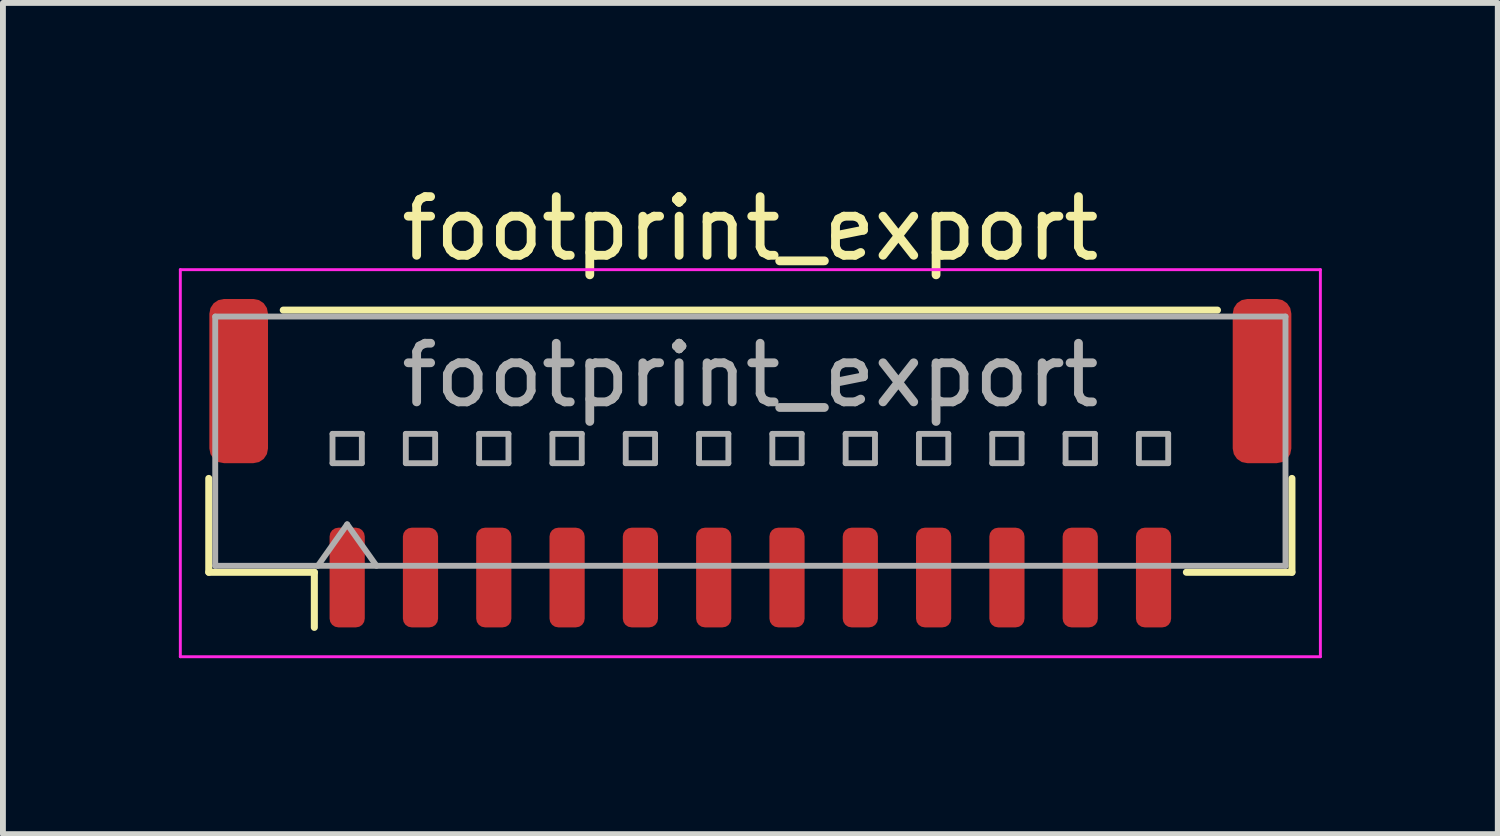
<source format=kicad_pcb>
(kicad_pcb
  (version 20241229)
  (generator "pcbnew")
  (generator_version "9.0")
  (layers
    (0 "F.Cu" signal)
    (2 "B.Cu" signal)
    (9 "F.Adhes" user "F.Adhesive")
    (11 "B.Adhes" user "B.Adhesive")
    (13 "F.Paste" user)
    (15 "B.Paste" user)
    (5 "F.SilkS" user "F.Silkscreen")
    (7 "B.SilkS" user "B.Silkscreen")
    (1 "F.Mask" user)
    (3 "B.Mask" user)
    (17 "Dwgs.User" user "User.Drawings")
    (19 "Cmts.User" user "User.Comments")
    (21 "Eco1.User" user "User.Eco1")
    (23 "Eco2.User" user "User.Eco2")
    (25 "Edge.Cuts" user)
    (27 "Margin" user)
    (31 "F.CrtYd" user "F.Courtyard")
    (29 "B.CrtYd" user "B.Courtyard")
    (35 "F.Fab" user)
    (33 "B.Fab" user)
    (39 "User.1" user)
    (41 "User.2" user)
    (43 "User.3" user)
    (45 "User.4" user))
  (footprint "footprint_export"
    (layer "F.Cu")
    (at 9.745 4.848)
    (property "Reference" "footprint_export" (at 0 -4 0) (layer "F.SilkS") (effects (font (size 1 1) (thickness 0.15))))
    (attr smd)
    (fp_line (start -9.235 0.26) (end -9.235 1.86) (stroke (width 0.12) (type solid)) (layer "F.SilkS"))
    (fp_line (start -9.235 1.86) (end -7.435 1.86) (stroke (width 0.12) (type solid)) (layer "F.SilkS"))
    (fp_line (start -7.965 -2.61) (end 7.965 -2.61) (stroke (width 0.12) (type solid)) (layer "F.SilkS"))
    (fp_line (start -7.435 1.86) (end -7.435 2.8) (stroke (width 0.12) (type solid)) (layer "F.SilkS"))
    (fp_line (start 9.235 0.26) (end 9.235 1.86) (stroke (width 0.12) (type solid)) (layer "F.SilkS"))
    (fp_line (start 9.235 1.86) (end 7.435 1.86) (stroke (width 0.12) (type solid)) (layer "F.SilkS"))
    (fp_line (start -9.72 -3.3) (end -9.72 3.3) (stroke (width 0.05) (type solid)) (layer "F.CrtYd"))
    (fp_line (start -9.72 3.3) (end 9.72 3.3) (stroke (width 0.05) (type solid)) (layer "F.CrtYd"))
    (fp_line (start 9.72 -3.3) (end -9.72 -3.3) (stroke (width 0.05) (type solid)) (layer "F.CrtYd"))
    (fp_line (start 9.72 3.3) (end 9.72 -3.3) (stroke (width 0.05) (type solid)) (layer "F.CrtYd"))
    (fp_line (start -9.125 -2.5) (end 9.125 -2.5) (stroke (width 0.1) (type solid)) (layer "F.Fab"))
    (fp_line (start -9.125 1.75) (end -9.125 -2.5) (stroke (width 0.1) (type solid)) (layer "F.Fab"))
    (fp_line (start -9.125 1.75) (end 9.125 1.75) (stroke (width 0.1) (type solid)) (layer "F.Fab"))
    (fp_line (start -7.375 1.75) (end -6.875 1.043) (stroke (width 0.1) (type solid)) (layer "F.Fab"))
    (fp_line (start -7.125 -0.5) (end -7.125 0) (stroke (width 0.1) (type solid)) (layer "F.Fab"))
    (fp_line (start -7.125 0) (end -6.625 0) (stroke (width 0.1) (type solid)) (layer "F.Fab"))
    (fp_line (start -6.875 1.043) (end -6.375 1.75) (stroke (width 0.1) (type solid)) (layer "F.Fab"))
    (fp_line (start -6.625 -0.5) (end -7.125 -0.5) (stroke (width 0.1) (type solid)) (layer "F.Fab"))
    (fp_line (start -6.625 0) (end -6.625 -0.5) (stroke (width 0.1) (type solid)) (layer "F.Fab"))
    (fp_line (start -5.875 -0.5) (end -5.875 0) (stroke (width 0.1) (type solid)) (layer "F.Fab"))
    (fp_line (start -5.875 0) (end -5.375 0) (stroke (width 0.1) (type solid)) (layer "F.Fab"))
    (fp_line (start -5.375 -0.5) (end -5.875 -0.5) (stroke (width 0.1) (type solid)) (layer "F.Fab"))
    (fp_line (start -5.375 0) (end -5.375 -0.5) (stroke (width 0.1) (type solid)) (layer "F.Fab"))
    (fp_line (start -4.625 -0.5) (end -4.625 0) (stroke (width 0.1) (type solid)) (layer "F.Fab"))
    (fp_line (start -4.625 0) (end -4.125 0) (stroke (width 0.1) (type solid)) (layer "F.Fab"))
    (fp_line (start -4.125 -0.5) (end -4.625 -0.5) (stroke (width 0.1) (type solid)) (layer "F.Fab"))
    (fp_line (start -4.125 0) (end -4.125 -0.5) (stroke (width 0.1) (type solid)) (layer "F.Fab"))
    (fp_line (start -3.375 -0.5) (end -3.375 0) (stroke (width 0.1) (type solid)) (layer "F.Fab"))
    (fp_line (start -3.375 0) (end -2.875 0) (stroke (width 0.1) (type solid)) (layer "F.Fab"))
    (fp_line (start -2.875 -0.5) (end -3.375 -0.5) (stroke (width 0.1) (type solid)) (layer "F.Fab"))
    (fp_line (start -2.875 0) (end -2.875 -0.5) (stroke (width 0.1) (type solid)) (layer "F.Fab"))
    (fp_line (start -2.125 -0.5) (end -2.125 0) (stroke (width 0.1) (type solid)) (layer "F.Fab"))
    (fp_line (start -2.125 0) (end -1.625 0) (stroke (width 0.1) (type solid)) (layer "F.Fab"))
    (fp_line (start -1.625 -0.5) (end -2.125 -0.5) (stroke (width 0.1) (type solid)) (layer "F.Fab"))
    (fp_line (start -1.625 0) (end -1.625 -0.5) (stroke (width 0.1) (type solid)) (layer "F.Fab"))
    (fp_line (start -0.875 -0.5) (end -0.875 0) (stroke (width 0.1) (type solid)) (layer "F.Fab"))
    (fp_line (start -0.875 0) (end -0.375 0) (stroke (width 0.1) (type solid)) (layer "F.Fab"))
    (fp_line (start -0.375 -0.5) (end -0.875 -0.5) (stroke (width 0.1) (type solid)) (layer "F.Fab"))
    (fp_line (start -0.375 0) (end -0.375 -0.5) (stroke (width 0.1) (type solid)) (layer "F.Fab"))
    (fp_line (start 0.375 -0.5) (end 0.375 0) (stroke (width 0.1) (type solid)) (layer "F.Fab"))
    (fp_line (start 0.375 0) (end 0.875 0) (stroke (width 0.1) (type solid)) (layer "F.Fab"))
    (fp_line (start 0.875 -0.5) (end 0.375 -0.5) (stroke (width 0.1) (type solid)) (layer "F.Fab"))
    (fp_line (start 0.875 0) (end 0.875 -0.5) (stroke (width 0.1) (type solid)) (layer "F.Fab"))
    (fp_line (start 1.625 -0.5) (end 1.625 0) (stroke (width 0.1) (type solid)) (layer "F.Fab"))
    (fp_line (start 1.625 0) (end 2.125 0) (stroke (width 0.1) (type solid)) (layer "F.Fab"))
    (fp_line (start 2.125 -0.5) (end 1.625 -0.5) (stroke (width 0.1) (type solid)) (layer "F.Fab"))
    (fp_line (start 2.125 0) (end 2.125 -0.5) (stroke (width 0.1) (type solid)) (layer "F.Fab"))
    (fp_line (start 2.875 -0.5) (end 2.875 0) (stroke (width 0.1) (type solid)) (layer "F.Fab"))
    (fp_line (start 2.875 0) (end 3.375 0) (stroke (width 0.1) (type solid)) (layer "F.Fab"))
    (fp_line (start 3.375 -0.5) (end 2.875 -0.5) (stroke (width 0.1) (type solid)) (layer "F.Fab"))
    (fp_line (start 3.375 0) (end 3.375 -0.5) (stroke (width 0.1) (type solid)) (layer "F.Fab"))
    (fp_line (start 4.125 -0.5) (end 4.125 0) (stroke (width 0.1) (type solid)) (layer "F.Fab"))
    (fp_line (start 4.125 0) (end 4.625 0) (stroke (width 0.1) (type solid)) (layer "F.Fab"))
    (fp_line (start 4.625 -0.5) (end 4.125 -0.5) (stroke (width 0.1) (type solid)) (layer "F.Fab"))
    (fp_line (start 4.625 0) (end 4.625 -0.5) (stroke (width 0.1) (type solid)) (layer "F.Fab"))
    (fp_line (start 5.375 -0.5) (end 5.375 0) (stroke (width 0.1) (type solid)) (layer "F.Fab"))
    (fp_line (start 5.375 0) (end 5.875 0) (stroke (width 0.1) (type solid)) (layer "F.Fab"))
    (fp_line (start 5.875 -0.5) (end 5.375 -0.5) (stroke (width 0.1) (type solid)) (layer "F.Fab"))
    (fp_line (start 5.875 0) (end 5.875 -0.5) (stroke (width 0.1) (type solid)) (layer "F.Fab"))
    (fp_line (start 6.625 -0.5) (end 6.625 0) (stroke (width 0.1) (type solid)) (layer "F.Fab"))
    (fp_line (start 6.625 0) (end 7.125 0) (stroke (width 0.1) (type solid)) (layer "F.Fab"))
    (fp_line (start 7.125 -0.5) (end 6.625 -0.5) (stroke (width 0.1) (type solid)) (layer "F.Fab"))
    (fp_line (start 7.125 0) (end 7.125 -0.5) (stroke (width 0.1) (type solid)) (layer "F.Fab"))
    (fp_line (start 9.125 1.75) (end 9.125 -2.5) (stroke (width 0.1) (type solid)) (layer "F.Fab"))
    (fp_text user "${REFERENCE}" (at 0 -1.5 0) (layer "F.Fab") (effects (font (size 1 1) (thickness 0.15))))
    (pad "1" smd roundrect (at -6.875 1.95) (size 0.6 1.7) (layers "F.Cu" "F.Mask" "F.Paste") (roundrect_rratio 0.25))
    (pad "2" smd roundrect (at -5.625 1.95) (size 0.6 1.7) (layers "F.Cu" "F.Mask" "F.Paste") (roundrect_rratio 0.25))
    (pad "3" smd roundrect (at -4.375 1.95) (size 0.6 1.7) (layers "F.Cu" "F.Mask" "F.Paste") (roundrect_rratio 0.25))
    (pad "4" smd roundrect (at -3.125 1.95) (size 0.6 1.7) (layers "F.Cu" "F.Mask" "F.Paste") (roundrect_rratio 0.25))
    (pad "5" smd roundrect (at -1.875 1.95) (size 0.6 1.7) (layers "F.Cu" "F.Mask" "F.Paste") (roundrect_rratio 0.25))
    (pad "6" smd roundrect (at -0.625 1.95) (size 0.6 1.7) (layers "F.Cu" "F.Mask" "F.Paste") (roundrect_rratio 0.25))
    (pad "7" smd roundrect (at 0.625 1.95) (size 0.6 1.7) (layers "F.Cu" "F.Mask" "F.Paste") (roundrect_rratio 0.25))
    (pad "8" smd roundrect (at 1.875 1.95) (size 0.6 1.7) (layers "F.Cu" "F.Mask" "F.Paste") (roundrect_rratio 0.25))
    (pad "9" smd roundrect (at 3.125 1.95) (size 0.6 1.7) (layers "F.Cu" "F.Mask" "F.Paste") (roundrect_rratio 0.25))
    (pad "10" smd roundrect (at 4.375 1.95) (size 0.6 1.7) (layers "F.Cu" "F.Mask" "F.Paste") (roundrect_rratio 0.25))
    (pad "11" smd roundrect (at 5.625 1.95) (size 0.6 1.7) (layers "F.Cu" "F.Mask" "F.Paste") (roundrect_rratio 0.25))
    (pad "12" smd roundrect (at 6.875 1.95) (size 0.6 1.7) (layers "F.Cu" "F.Mask" "F.Paste") (roundrect_rratio 0.25))
    (pad "MP" smd roundrect (at -8.725 -1.4) (size 1 2.8) (layers "F.Cu" "F.Mask" "F.Paste") (roundrect_rratio 0.25))
    (pad "MP" smd roundrect (at 8.725 -1.4) (size 1 2.8) (layers "F.Cu" "F.Mask" "F.Paste") (roundrect_rratio 0.25)))
  (gr_rect
    (start -3 -3)
    (end 22.49 11.173)
    (stroke (width 0.1) (type default))
    (fill no)
    (layer "Edge.Cuts")))
</source>
